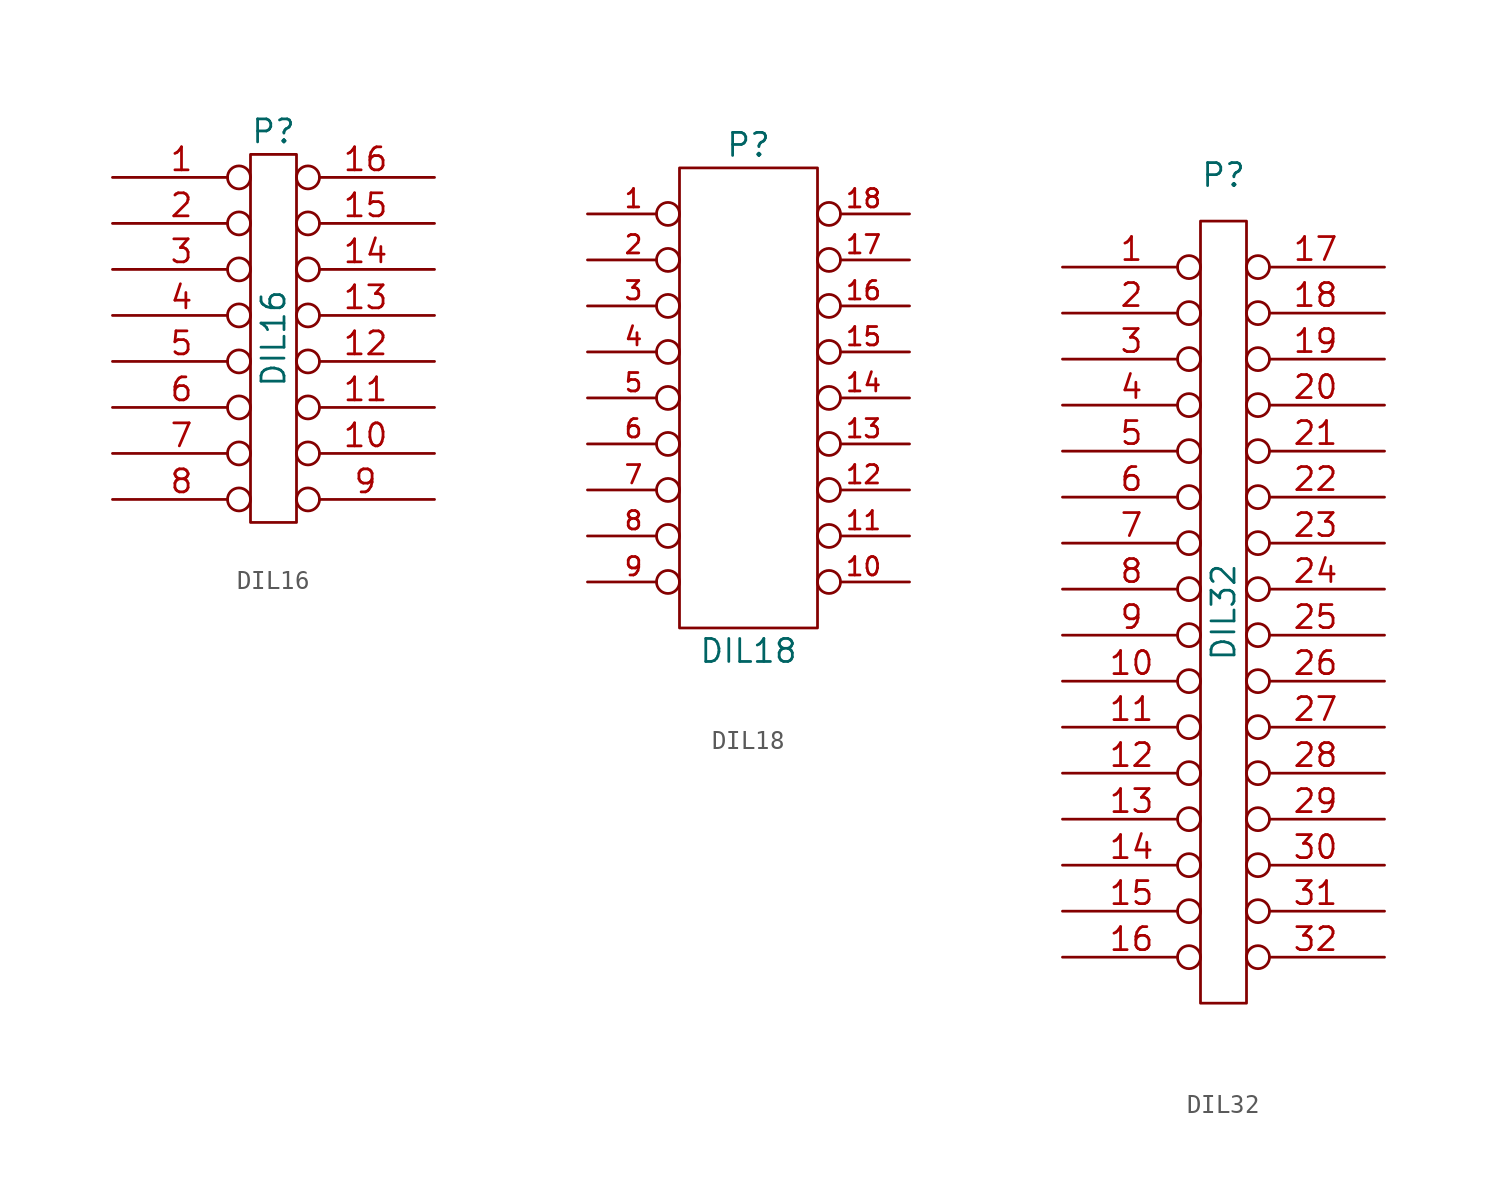
<source format=kicad_sym>
(kicad_symbol_lib
  (version 20211014)
  (generator kicad_symbol_editor)
  (symbol "DIL16"
    (pin_names
      (offset 1.016) hide)
    (property "Reference" "P"
      (at 0 11.43 0)
      (effects (font (size 1.27 1.27))))
    (property "Value" "DIL16"
      (at 0 0 90)
      (effects (font (size 1.27 1.27))))
    (property "Footprint" ""
      (at 0 0 0)
      (effects (font (size 1.27 1.27))))
    (property "Datasheet" ""
      (at 0 0 0)
      (effects (font (size 1.27 1.27))))
    (symbol "DIL16_0_1"
      (rectangle (start -1.27 10.16) (end 1.27 -10.16) (stroke (width 0) (type default) (color 0 0 0 0)) (fill (type none))))
    (symbol "DIL16_1_1"
      (pin passive inverted (at -8.89 8.89 0) (length 7.62) (name "1" (effects (font (size 1.27 1.27)))) (number "1" (effects (font (size 1.27 1.27)))))
      (pin passive inverted (at 8.89 -6.35 180) (length 7.62) (name "10" (effects (font (size 1.27 1.27)))) (number "10" (effects (font (size 1.27 1.27)))))
      (pin passive inverted (at 8.89 -3.81 180) (length 7.62) (name "11" (effects (font (size 1.27 1.27)))) (number "11" (effects (font (size 1.27 1.27)))))
      (pin passive inverted (at 8.89 -1.27 180) (length 7.62) (name "12" (effects (font (size 1.27 1.27)))) (number "12" (effects (font (size 1.27 1.27)))))
      (pin passive inverted (at 8.89 1.27 180) (length 7.62) (name "13" (effects (font (size 1.27 1.27)))) (number "13" (effects (font (size 1.27 1.27)))))
      (pin passive inverted (at 8.89 3.81 180) (length 7.62) (name "14" (effects (font (size 1.27 1.27)))) (number "14" (effects (font (size 1.27 1.27)))))
      (pin passive inverted (at 8.89 6.35 180) (length 7.62) (name "15" (effects (font (size 1.27 1.27)))) (number "15" (effects (font (size 1.27 1.27)))))
      (pin passive inverted (at 8.89 8.89 180) (length 7.62) (name "16" (effects (font (size 1.27 1.27)))) (number "16" (effects (font (size 1.27 1.27)))))
      (pin passive inverted (at -8.89 6.35 0) (length 7.62) (name "2" (effects (font (size 1.27 1.27)))) (number "2" (effects (font (size 1.27 1.27)))))
      (pin passive inverted (at -8.89 3.81 0) (length 7.62) (name "3" (effects (font (size 1.27 1.27)))) (number "3" (effects (font (size 1.27 1.27)))))
      (pin passive inverted (at -8.89 1.27 0) (length 7.62) (name "4" (effects (font (size 1.27 1.27)))) (number "4" (effects (font (size 1.27 1.27)))))
      (pin passive inverted (at -8.89 -1.27 0) (length 7.62) (name "5" (effects (font (size 1.27 1.27)))) (number "5" (effects (font (size 1.27 1.27)))))
      (pin passive inverted (at -8.89 -3.81 0) (length 7.62) (name "6" (effects (font (size 1.27 1.27)))) (number "6" (effects (font (size 1.27 1.27)))))
      (pin passive inverted (at -8.89 -6.35 0) (length 7.62) (name "7" (effects (font (size 1.27 1.27)))) (number "7" (effects (font (size 1.27 1.27)))))
      (pin passive inverted (at -8.89 -8.89 0) (length 7.62) (name "8" (effects (font (size 1.27 1.27)))) (number "8" (effects (font (size 1.27 1.27)))))
      (pin passive inverted (at 8.89 -8.89 180) (length 7.62) (name "9" (effects (font (size 1.27 1.27)))) (number "9" (effects (font (size 1.27 1.27)))))))
  (symbol "DIL18"
    (pin_names
      (offset 1.016) hide)
    (property "Reference" "P"
      (at 0 13.97 0)
      (effects (font (size 1.27 1.27))))
    (property "Value" "DIL18"
      (at 0 -13.97 0)
      (effects (font (size 1.27 1.27))))
    (property "Footprint" ""
      (at 0 0 0)
      (effects (font (size 1.27 1.27))))
    (property "Datasheet" ""
      (at 0 0 0)
      (effects (font (size 1.27 1.27))))
    (symbol "DIL18_0_1"
      (rectangle (start -3.81 12.7) (end 3.81 -12.7) (stroke (width 0) (type default) (color 0 0 0 0)) (fill (type none))))
    (symbol "DIL18_1_1"
      (pin passive inverted (at -8.89 10.16 0) (length 5.08) (name "P1" (effects (font (size 1.016 1.016)))) (number "1" (effects (font (size 1.016 1.016)))))
      (pin passive inverted (at 8.89 -10.16 180) (length 5.08) (name "P10" (effects (font (size 1.016 1.016)))) (number "10" (effects (font (size 1.016 1.016)))))
      (pin passive inverted (at 8.89 -7.62 180) (length 5.08) (name "P11" (effects (font (size 1.016 1.016)))) (number "11" (effects (font (size 1.016 1.016)))))
      (pin passive inverted (at 8.89 -5.08 180) (length 5.08) (name "P12" (effects (font (size 1.016 1.016)))) (number "12" (effects (font (size 1.016 1.016)))))
      (pin passive inverted (at 8.89 -2.54 180) (length 5.08) (name "P13" (effects (font (size 1.016 1.016)))) (number "13" (effects (font (size 1.016 1.016)))))
      (pin passive inverted (at 8.89 0 180) (length 5.08) (name "P14" (effects (font (size 1.016 1.016)))) (number "14" (effects (font (size 1.016 1.016)))))
      (pin passive inverted (at 8.89 2.54 180) (length 5.08) (name "P15" (effects (font (size 1.016 1.016)))) (number "15" (effects (font (size 1.016 1.016)))))
      (pin passive inverted (at 8.89 5.08 180) (length 5.08) (name "P16" (effects (font (size 1.016 1.016)))) (number "16" (effects (font (size 1.016 1.016)))))
      (pin passive inverted (at 8.89 7.62 180) (length 5.08) (name "P17" (effects (font (size 1.016 1.016)))) (number "17" (effects (font (size 1.016 1.016)))))
      (pin passive inverted (at 8.89 10.16 180) (length 5.08) (name "P18" (effects (font (size 1.016 1.016)))) (number "18" (effects (font (size 1.016 1.016)))))
      (pin passive inverted (at -8.89 7.62 0) (length 5.08) (name "P2" (effects (font (size 1.016 1.016)))) (number "2" (effects (font (size 1.016 1.016)))))
      (pin passive inverted (at -8.89 5.08 0) (length 5.08) (name "P3" (effects (font (size 1.016 1.016)))) (number "3" (effects (font (size 1.016 1.016)))))
      (pin passive inverted (at -8.89 2.54 0) (length 5.08) (name "P4" (effects (font (size 1.016 1.016)))) (number "4" (effects (font (size 1.016 1.016)))))
      (pin passive inverted (at -8.89 0 0) (length 5.08) (name "P5" (effects (font (size 1.016 1.016)))) (number "5" (effects (font (size 1.016 1.016)))))
      (pin passive inverted (at -8.89 -2.54 0) (length 5.08) (name "P6" (effects (font (size 1.016 1.016)))) (number "6" (effects (font (size 1.016 1.016)))))
      (pin passive inverted (at -8.89 -5.08 0) (length 5.08) (name "P7" (effects (font (size 1.016 1.016)))) (number "7" (effects (font (size 1.016 1.016)))))
      (pin passive inverted (at -8.89 -7.62 0) (length 5.08) (name "P8" (effects (font (size 1.016 1.016)))) (number "8" (effects (font (size 1.016 1.016)))))
      (pin passive inverted (at -8.89 -10.16 0) (length 5.08) (name "P9" (effects (font (size 1.016 1.016)))) (number "9" (effects (font (size 1.016 1.016)))))))
  (symbol "DIL32"
    (pin_names
      (offset 1.016) hide)
    (property "Reference" "P"
      (at 0 24.13 0)
      (effects (font (size 1.27 1.27))))
    (property "Value" "DIL32"
      (at 0 0 90)
      (effects (font (size 1.27 1.27))))
    (property "Footprint" ""
      (at 0 0 0)
      (effects (font (size 1.27 1.27))))
    (property "Datasheet" ""
      (at 0 0 0)
      (effects (font (size 1.27 1.27))))
    (symbol "DIL32_0_1"
      (rectangle (start -1.27 21.59) (end 1.27 -21.59) (stroke (width 0) (type default) (color 0 0 0 0)) (fill (type none))))
    (symbol "DIL32_1_1"
      (pin passive inverted (at -8.89 19.05 0) (length 7.62) (name "P1" (effects (font (size 1.27 1.27)))) (number "1" (effects (font (size 1.27 1.27)))))
      (pin passive inverted (at -8.89 -3.81 0) (length 7.62) (name "P10" (effects (font (size 1.27 1.27)))) (number "10" (effects (font (size 1.27 1.27)))))
      (pin passive inverted (at -8.89 -6.35 0) (length 7.62) (name "P11" (effects (font (size 1.27 1.27)))) (number "11" (effects (font (size 1.27 1.27)))))
      (pin passive inverted (at -8.89 -8.89 0) (length 7.62) (name "P12" (effects (font (size 1.27 1.27)))) (number "12" (effects (font (size 1.27 1.27)))))
      (pin passive inverted (at -8.89 -11.43 0) (length 7.62) (name "P13" (effects (font (size 1.27 1.27)))) (number "13" (effects (font (size 1.27 1.27)))))
      (pin passive inverted (at -8.89 -13.97 0) (length 7.62) (name "P14" (effects (font (size 1.27 1.27)))) (number "14" (effects (font (size 1.27 1.27)))))
      (pin passive inverted (at -8.89 -16.51 0) (length 7.62) (name "P15" (effects (font (size 1.27 1.27)))) (number "15" (effects (font (size 1.27 1.27)))))
      (pin passive inverted (at -8.89 -19.05 0) (length 7.62) (name "P16" (effects (font (size 1.27 1.27)))) (number "16" (effects (font (size 1.27 1.27)))))
      (pin passive inverted (at 8.89 19.05 180) (length 7.62) (name "P17" (effects (font (size 1.27 1.27)))) (number "17" (effects (font (size 1.27 1.27)))))
      (pin passive inverted (at 8.89 16.51 180) (length 7.62) (name "P18" (effects (font (size 1.27 1.27)))) (number "18" (effects (font (size 1.27 1.27)))))
      (pin passive inverted (at 8.89 13.97 180) (length 7.62) (name "P19" (effects (font (size 1.27 1.27)))) (number "19" (effects (font (size 1.27 1.27)))))
      (pin passive inverted (at -8.89 16.51 0) (length 7.62) (name "P2" (effects (font (size 1.27 1.27)))) (number "2" (effects (font (size 1.27 1.27)))))
      (pin passive inverted (at 8.89 11.43 180) (length 7.62) (name "P20" (effects (font (size 1.27 1.27)))) (number "20" (effects (font (size 1.27 1.27)))))
      (pin passive inverted (at 8.89 8.89 180) (length 7.62) (name "P21" (effects (font (size 1.27 1.27)))) (number "21" (effects (font (size 1.27 1.27)))))
      (pin passive inverted (at 8.89 6.35 180) (length 7.62) (name "P22" (effects (font (size 1.27 1.27)))) (number "22" (effects (font (size 1.27 1.27)))))
      (pin passive inverted (at 8.89 3.81 180) (length 7.62) (name "P23" (effects (font (size 1.27 1.27)))) (number "23" (effects (font (size 1.27 1.27)))))
      (pin passive inverted (at 8.89 1.27 180) (length 7.62) (name "P24" (effects (font (size 1.27 1.27)))) (number "24" (effects (font (size 1.27 1.27)))))
      (pin passive inverted (at 8.89 -1.27 180) (length 7.62) (name "P25" (effects (font (size 1.27 1.27)))) (number "25" (effects (font (size 1.27 1.27)))))
      (pin passive inverted (at 8.89 -3.81 180) (length 7.62) (name "P26" (effects (font (size 1.27 1.27)))) (number "26" (effects (font (size 1.27 1.27)))))
      (pin passive inverted (at 8.89 -6.35 180) (length 7.62) (name "P27" (effects (font (size 1.27 1.27)))) (number "27" (effects (font (size 1.27 1.27)))))
      (pin passive inverted (at 8.89 -8.89 180) (length 7.62) (name "P28" (effects (font (size 1.27 1.27)))) (number "28" (effects (font (size 1.27 1.27)))))
      (pin passive inverted (at 8.89 -11.43 180) (length 7.62) (name "P29" (effects (font (size 1.27 1.27)))) (number "29" (effects (font (size 1.27 1.27)))))
      (pin passive inverted (at -8.89 13.97 0) (length 7.62) (name "P3" (effects (font (size 1.27 1.27)))) (number "3" (effects (font (size 1.27 1.27)))))
      (pin passive inverted (at 8.89 -13.97 180) (length 7.62) (name "P30" (effects (font (size 1.27 1.27)))) (number "30" (effects (font (size 1.27 1.27)))))
      (pin passive inverted (at 8.89 -16.51 180) (length 7.62) (name "P31" (effects (font (size 1.27 1.27)))) (number "31" (effects (font (size 1.27 1.27)))))
      (pin passive inverted (at 8.89 -19.05 180) (length 7.62) (name "P32" (effects (font (size 1.27 1.27)))) (number "32" (effects (font (size 1.27 1.27)))))
      (pin passive inverted (at -8.89 11.43 0) (length 7.62) (name "P4" (effects (font (size 1.27 1.27)))) (number "4" (effects (font (size 1.27 1.27)))))
      (pin passive inverted (at -8.89 8.89 0) (length 7.62) (name "P5" (effects (font (size 1.27 1.27)))) (number "5" (effects (font (size 1.27 1.27)))))
      (pin passive inverted (at -8.89 6.35 0) (length 7.62) (name "P6" (effects (font (size 1.27 1.27)))) (number "6" (effects (font (size 1.27 1.27)))))
      (pin passive inverted (at -8.89 3.81 0) (length 7.62) (name "P7" (effects (font (size 1.27 1.27)))) (number "7" (effects (font (size 1.27 1.27)))))
      (pin passive inverted (at -8.89 1.27 0) (length 7.62) (name "P8" (effects (font (size 1.27 1.27)))) (number "8" (effects (font (size 1.27 1.27)))))
      (pin passive inverted (at -8.89 -1.27 0) (length 7.62) (name "P9" (effects (font (size 1.27 1.27)))) (number "9" (effects (font (size 1.27 1.27))))))))
</source>
